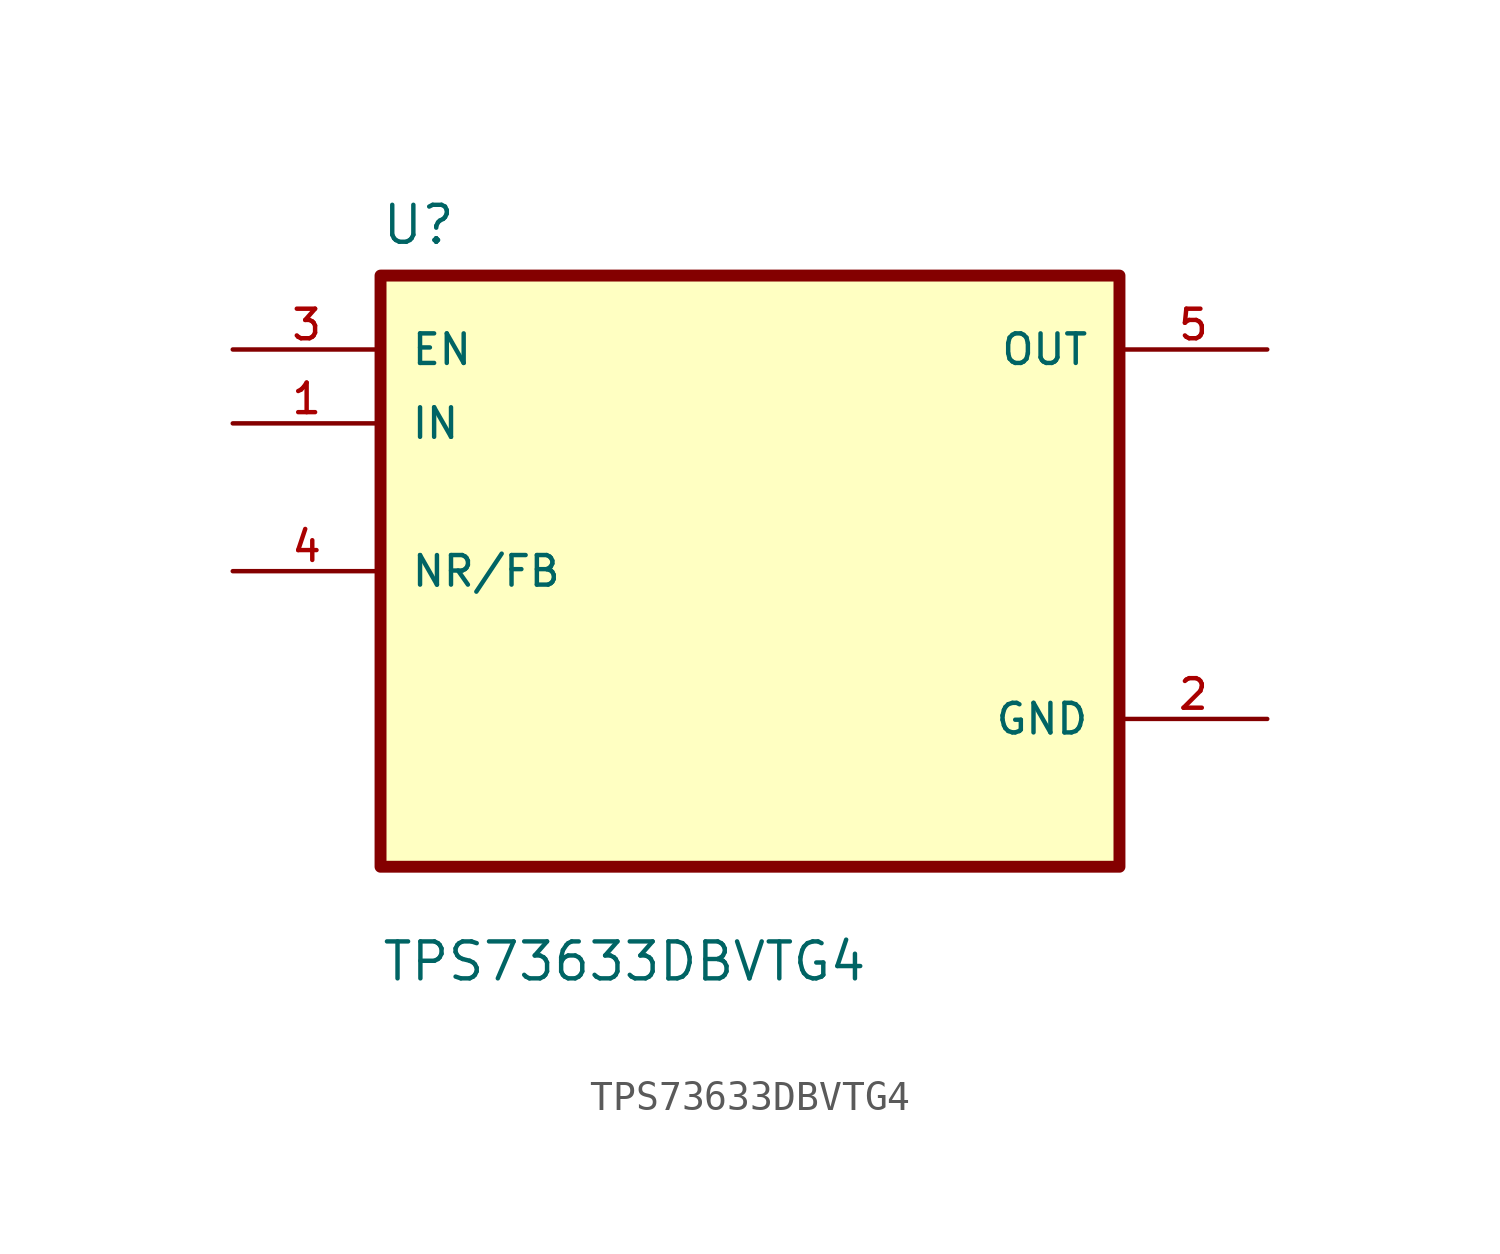
<source format=kicad_sym>
(kicad_symbol_lib
  (version 20211014)
  (generator kicad_symbol_editor)
  (symbol "TPS73633DBVTG4"
    (pin_names
      (offset 1.016))
    (property "Reference" "U"
      (at -12.7 11.16 0.0)
      (effects (font (size 1.27 1.27)) (justify bottom left)))
    (property "Value" "TPS73633DBVTG4"
      (at -12.7 -14.16 0.0)
      (effects (font (size 1.27 1.27)) (justify bottom left)))
    (symbol "TPS73633DBVTG4_0_0"
      (rectangle (start -12.7 -10.16) (end 12.7 10.16) (stroke (width 0.41)) (fill (type background)))
      (pin input line (at -17.78 7.62 0) (length 5.08) (name "EN" (effects (font (size 1.016 1.016)))) (number "3" (effects (font (size 1.016 1.016)))))
      (pin input line (at -17.78 5.08 0) (length 5.08) (name "IN" (effects (font (size 1.016 1.016)))) (number "1" (effects (font (size 1.016 1.016)))))
      (pin bidirectional line (at -17.78 0.0 0) (length 5.08) (name "NR/FB" (effects (font (size 1.016 1.016)))) (number "4" (effects (font (size 1.016 1.016)))))
      (pin output line (at 17.78 7.62 180.0) (length 5.08) (name "OUT" (effects (font (size 1.016 1.016)))) (number "5" (effects (font (size 1.016 1.016)))))
      (pin power_in line (at 17.78 -5.08 180.0) (length 5.08) (name "GND" (effects (font (size 1.016 1.016)))) (number "2" (effects (font (size 1.016 1.016))))))))
</source>
